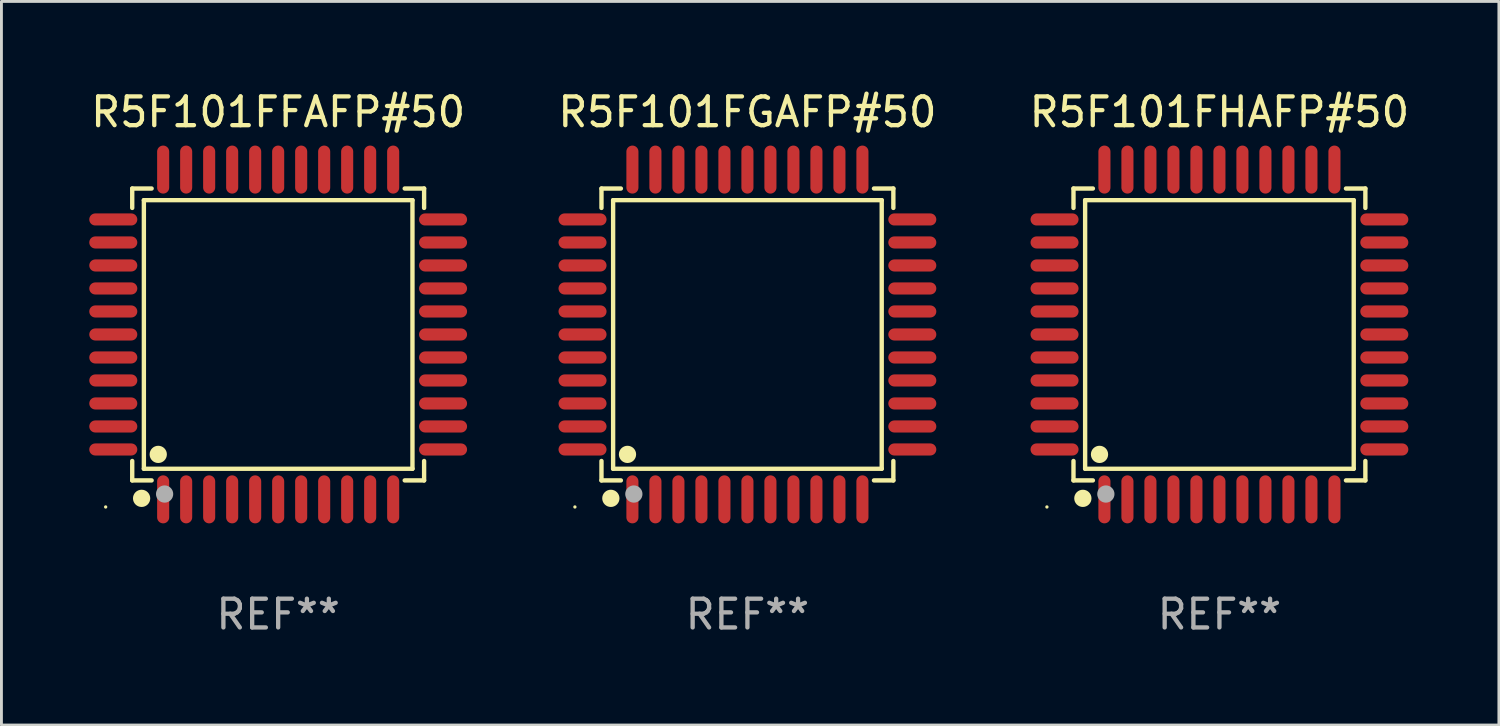
<source format=kicad_pcb>
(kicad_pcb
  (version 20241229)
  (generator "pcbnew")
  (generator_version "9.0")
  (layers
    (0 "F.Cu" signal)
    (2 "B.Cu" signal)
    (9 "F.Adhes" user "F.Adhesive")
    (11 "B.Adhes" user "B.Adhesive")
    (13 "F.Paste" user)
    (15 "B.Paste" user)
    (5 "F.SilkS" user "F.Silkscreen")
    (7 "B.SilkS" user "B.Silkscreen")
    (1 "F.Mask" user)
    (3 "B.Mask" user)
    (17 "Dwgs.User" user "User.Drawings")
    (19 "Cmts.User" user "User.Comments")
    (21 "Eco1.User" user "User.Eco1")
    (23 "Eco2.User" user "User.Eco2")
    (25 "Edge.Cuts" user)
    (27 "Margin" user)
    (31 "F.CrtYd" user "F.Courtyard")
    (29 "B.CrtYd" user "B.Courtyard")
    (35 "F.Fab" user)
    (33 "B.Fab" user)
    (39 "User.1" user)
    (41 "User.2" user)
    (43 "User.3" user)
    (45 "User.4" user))
  (footprint "R5F101FGAFP#50"
    (layer "F.Cu")
    (at 22.946 8.583)
    (property "Reference" "R5F101FGAFP#50" (at 0 -7.735 0) (layer "F.SilkS") (effects (font (size 1 1) (thickness 0.15))))
    (attr through_hole)
    (fp_line (start -5.076 -5.076) (end -4.401 -5.076) (stroke (width 0.152) (type solid)) (layer "F.SilkS"))
    (fp_line (start -5.076 -4.401) (end -5.076 -5.076) (stroke (width 0.152) (type solid)) (layer "F.SilkS"))
    (fp_line (start -5.076 4.401) (end -5.076 5.076) (stroke (width 0.152) (type solid)) (layer "F.SilkS"))
    (fp_line (start -5.076 5.076) (end -4.401 5.076) (stroke (width 0.152) (type solid)) (layer "F.SilkS"))
    (fp_line (start -4.671 -4.671) (end 4.671 -4.671) (stroke (width 0.152) (type solid)) (layer "F.SilkS"))
    (fp_line (start -4.671 4.671) (end -4.671 -4.671) (stroke (width 0.152) (type solid)) (layer "F.SilkS"))
    (fp_line (start 4.671 -4.671) (end 4.671 4.671) (stroke (width 0.152) (type solid)) (layer "F.SilkS"))
    (fp_line (start 4.671 4.671) (end -4.671 4.671) (stroke (width 0.152) (type solid)) (layer "F.SilkS"))
    (fp_line (start 5.076 -5.076) (end 4.401 -5.076) (stroke (width 0.152) (type solid)) (layer "F.SilkS"))
    (fp_line (start 5.076 -4.401) (end 5.076 -5.076) (stroke (width 0.152) (type solid)) (layer "F.SilkS"))
    (fp_line (start 5.076 4.401) (end 5.076 5.076) (stroke (width 0.152) (type solid)) (layer "F.SilkS"))
    (fp_line (start 5.076 5.076) (end 4.401 5.076) (stroke (width 0.152) (type solid)) (layer "F.SilkS"))
    (fp_circle (center -6 6) (end -5.97 6) (stroke (width 0.06) (type solid)) (fill no) (layer "F.SilkS"))
    (fp_circle (center -4.75 5.7) (end -4.6 5.7) (stroke (width 0.3) (type solid)) (fill no) (layer "F.SilkS"))
    (fp_circle (center -4.171 4.171) (end -4.021 4.171) (stroke (width 0.3) (type solid)) (fill no) (layer "F.SilkS"))
    (fp_circle (center -3.95 5.55) (end -3.8 5.55) (stroke (width 0.3) (type solid)) (fill no) (layer "F.Fab"))
    (fp_text user "REF**" (at 0 9.735 0) (layer "F.Fab") (effects (font (size 1 1) (thickness 0.15))))
    (pad "1" smd oval (at -4 5.735) (size 0.42 1.67) (layers "F.Cu" "F.Mask" "F.Paste"))
    (pad "2" smd oval (at -3.2 5.735) (size 0.42 1.67) (layers "F.Cu" "F.Mask" "F.Paste"))
    (pad "3" smd oval (at -2.4 5.735) (size 0.42 1.67) (layers "F.Cu" "F.Mask" "F.Paste"))
    (pad "4" smd oval (at -1.6 5.735) (size 0.42 1.67) (layers "F.Cu" "F.Mask" "F.Paste"))
    (pad "5" smd oval (at -0.8 5.735) (size 0.42 1.67) (layers "F.Cu" "F.Mask" "F.Paste"))
    (pad "6" smd oval (at 0 5.735) (size 0.42 1.67) (layers "F.Cu" "F.Mask" "F.Paste"))
    (pad "7" smd oval (at 0.8 5.735) (size 0.42 1.67) (layers "F.Cu" "F.Mask" "F.Paste"))
    (pad "8" smd oval (at 1.6 5.735) (size 0.42 1.67) (layers "F.Cu" "F.Mask" "F.Paste"))
    (pad "9" smd oval (at 2.4 5.735) (size 0.42 1.67) (layers "F.Cu" "F.Mask" "F.Paste"))
    (pad "10" smd oval (at 3.2 5.735) (size 0.42 1.67) (layers "F.Cu" "F.Mask" "F.Paste"))
    (pad "11" smd oval (at 4 5.735) (size 0.42 1.67) (layers "F.Cu" "F.Mask" "F.Paste"))
    (pad "12" smd oval (at 5.735 4) (size 1.67 0.42) (layers "F.Cu" "F.Mask" "F.Paste"))
    (pad "13" smd oval (at 5.735 3.2) (size 1.67 0.42) (layers "F.Cu" "F.Mask" "F.Paste"))
    (pad "14" smd oval (at 5.735 2.4) (size 1.67 0.42) (layers "F.Cu" "F.Mask" "F.Paste"))
    (pad "15" smd oval (at 5.735 1.6) (size 1.67 0.42) (layers "F.Cu" "F.Mask" "F.Paste"))
    (pad "16" smd oval (at 5.735 0.8) (size 1.67 0.42) (layers "F.Cu" "F.Mask" "F.Paste"))
    (pad "17" smd oval (at 5.735 0) (size 1.67 0.42) (layers "F.Cu" "F.Mask" "F.Paste"))
    (pad "18" smd oval (at 5.735 -0.8) (size 1.67 0.42) (layers "F.Cu" "F.Mask" "F.Paste"))
    (pad "19" smd oval (at 5.735 -1.6) (size 1.67 0.42) (layers "F.Cu" "F.Mask" "F.Paste"))
    (pad "20" smd oval (at 5.735 -2.4) (size 1.67 0.42) (layers "F.Cu" "F.Mask" "F.Paste"))
    (pad "21" smd oval (at 5.735 -3.2) (size 1.67 0.42) (layers "F.Cu" "F.Mask" "F.Paste"))
    (pad "22" smd oval (at 5.735 -4) (size 1.67 0.42) (layers "F.Cu" "F.Mask" "F.Paste"))
    (pad "23" smd oval (at 4 -5.735) (size 0.42 1.67) (layers "F.Cu" "F.Mask" "F.Paste"))
    (pad "24" smd oval (at 3.2 -5.735) (size 0.42 1.67) (layers "F.Cu" "F.Mask" "F.Paste"))
    (pad "25" smd oval (at 2.4 -5.735) (size 0.42 1.67) (layers "F.Cu" "F.Mask" "F.Paste"))
    (pad "26" smd oval (at 1.6 -5.735) (size 0.42 1.67) (layers "F.Cu" "F.Mask" "F.Paste"))
    (pad "27" smd oval (at 0.8 -5.735) (size 0.42 1.67) (layers "F.Cu" "F.Mask" "F.Paste"))
    (pad "28" smd oval (at 0 -5.735) (size 0.42 1.67) (layers "F.Cu" "F.Mask" "F.Paste"))
    (pad "29" smd oval (at -0.8 -5.735) (size 0.42 1.67) (layers "F.Cu" "F.Mask" "F.Paste"))
    (pad "30" smd oval (at -1.6 -5.735) (size 0.42 1.67) (layers "F.Cu" "F.Mask" "F.Paste"))
    (pad "31" smd oval (at -2.4 -5.735) (size 0.42 1.67) (layers "F.Cu" "F.Mask" "F.Paste"))
    (pad "32" smd oval (at -3.2 -5.735) (size 0.42 1.67) (layers "F.Cu" "F.Mask" "F.Paste"))
    (pad "33" smd oval (at -4 -5.735) (size 0.42 1.67) (layers "F.Cu" "F.Mask" "F.Paste"))
    (pad "34" smd oval (at -5.735 -4) (size 1.67 0.42) (layers "F.Cu" "F.Mask" "F.Paste"))
    (pad "35" smd oval (at -5.735 -3.2) (size 1.67 0.42) (layers "F.Cu" "F.Mask" "F.Paste"))
    (pad "36" smd oval (at -5.735 -2.4) (size 1.67 0.42) (layers "F.Cu" "F.Mask" "F.Paste"))
    (pad "37" smd oval (at -5.735 -1.6) (size 1.67 0.42) (layers "F.Cu" "F.Mask" "F.Paste"))
    (pad "38" smd oval (at -5.735 -0.8) (size 1.67 0.42) (layers "F.Cu" "F.Mask" "F.Paste"))
    (pad "39" smd oval (at -5.735 0) (size 1.67 0.42) (layers "F.Cu" "F.Mask" "F.Paste"))
    (pad "40" smd oval (at -5.735 0.8) (size 1.67 0.42) (layers "F.Cu" "F.Mask" "F.Paste"))
    (pad "41" smd oval (at -5.735 1.6) (size 1.67 0.42) (layers "F.Cu" "F.Mask" "F.Paste"))
    (pad "42" smd oval (at -5.735 2.4) (size 1.67 0.42) (layers "F.Cu" "F.Mask" "F.Paste"))
    (pad "43" smd oval (at -5.735 3.2) (size 1.67 0.42) (layers "F.Cu" "F.Mask" "F.Paste"))
    (pad "44" smd oval (at -5.735 4) (size 1.67 0.42) (layers "F.Cu" "F.Mask" "F.Paste")))
  (footprint "R5F101FFAFP#50"
    (layer "F.Cu")
    (at 6.625 8.583)
    (property "Reference" "R5F101FFAFP#50" (at 0 -7.735 0) (layer "F.SilkS") (effects (font (size 1 1) (thickness 0.15))))
    (attr through_hole)
    (fp_line (start -5.076 -5.076) (end -4.401 -5.076) (stroke (width 0.152) (type solid)) (layer "F.SilkS"))
    (fp_line (start -5.076 -4.401) (end -5.076 -5.076) (stroke (width 0.152) (type solid)) (layer "F.SilkS"))
    (fp_line (start -5.076 4.401) (end -5.076 5.076) (stroke (width 0.152) (type solid)) (layer "F.SilkS"))
    (fp_line (start -5.076 5.076) (end -4.401 5.076) (stroke (width 0.152) (type solid)) (layer "F.SilkS"))
    (fp_line (start -4.671 -4.671) (end 4.671 -4.671) (stroke (width 0.152) (type solid)) (layer "F.SilkS"))
    (fp_line (start -4.671 4.671) (end -4.671 -4.671) (stroke (width 0.152) (type solid)) (layer "F.SilkS"))
    (fp_line (start 4.671 -4.671) (end 4.671 4.671) (stroke (width 0.152) (type solid)) (layer "F.SilkS"))
    (fp_line (start 4.671 4.671) (end -4.671 4.671) (stroke (width 0.152) (type solid)) (layer "F.SilkS"))
    (fp_line (start 5.076 -5.076) (end 4.401 -5.076) (stroke (width 0.152) (type solid)) (layer "F.SilkS"))
    (fp_line (start 5.076 -4.401) (end 5.076 -5.076) (stroke (width 0.152) (type solid)) (layer "F.SilkS"))
    (fp_line (start 5.076 4.401) (end 5.076 5.076) (stroke (width 0.152) (type solid)) (layer "F.SilkS"))
    (fp_line (start 5.076 5.076) (end 4.401 5.076) (stroke (width 0.152) (type solid)) (layer "F.SilkS"))
    (fp_circle (center -6 6) (end -5.97 6) (stroke (width 0.06) (type solid)) (fill no) (layer "F.SilkS"))
    (fp_circle (center -4.75 5.7) (end -4.6 5.7) (stroke (width 0.3) (type solid)) (fill no) (layer "F.SilkS"))
    (fp_circle (center -4.171 4.171) (end -4.021 4.171) (stroke (width 0.3) (type solid)) (fill no) (layer "F.SilkS"))
    (fp_circle (center -3.95 5.55) (end -3.8 5.55) (stroke (width 0.3) (type solid)) (fill no) (layer "F.Fab"))
    (fp_text user "REF**" (at 0 9.735 0) (layer "F.Fab") (effects (font (size 1 1) (thickness 0.15))))
    (pad "1" smd oval (at -4 5.735) (size 0.42 1.67) (layers "F.Cu" "F.Mask" "F.Paste"))
    (pad "2" smd oval (at -3.2 5.735) (size 0.42 1.67) (layers "F.Cu" "F.Mask" "F.Paste"))
    (pad "3" smd oval (at -2.4 5.735) (size 0.42 1.67) (layers "F.Cu" "F.Mask" "F.Paste"))
    (pad "4" smd oval (at -1.6 5.735) (size 0.42 1.67) (layers "F.Cu" "F.Mask" "F.Paste"))
    (pad "5" smd oval (at -0.8 5.735) (size 0.42 1.67) (layers "F.Cu" "F.Mask" "F.Paste"))
    (pad "6" smd oval (at 0 5.735) (size 0.42 1.67) (layers "F.Cu" "F.Mask" "F.Paste"))
    (pad "7" smd oval (at 0.8 5.735) (size 0.42 1.67) (layers "F.Cu" "F.Mask" "F.Paste"))
    (pad "8" smd oval (at 1.6 5.735) (size 0.42 1.67) (layers "F.Cu" "F.Mask" "F.Paste"))
    (pad "9" smd oval (at 2.4 5.735) (size 0.42 1.67) (layers "F.Cu" "F.Mask" "F.Paste"))
    (pad "10" smd oval (at 3.2 5.735) (size 0.42 1.67) (layers "F.Cu" "F.Mask" "F.Paste"))
    (pad "11" smd oval (at 4 5.735) (size 0.42 1.67) (layers "F.Cu" "F.Mask" "F.Paste"))
    (pad "12" smd oval (at 5.735 4) (size 1.67 0.42) (layers "F.Cu" "F.Mask" "F.Paste"))
    (pad "13" smd oval (at 5.735 3.2) (size 1.67 0.42) (layers "F.Cu" "F.Mask" "F.Paste"))
    (pad "14" smd oval (at 5.735 2.4) (size 1.67 0.42) (layers "F.Cu" "F.Mask" "F.Paste"))
    (pad "15" smd oval (at 5.735 1.6) (size 1.67 0.42) (layers "F.Cu" "F.Mask" "F.Paste"))
    (pad "16" smd oval (at 5.735 0.8) (size 1.67 0.42) (layers "F.Cu" "F.Mask" "F.Paste"))
    (pad "17" smd oval (at 5.735 0) (size 1.67 0.42) (layers "F.Cu" "F.Mask" "F.Paste"))
    (pad "18" smd oval (at 5.735 -0.8) (size 1.67 0.42) (layers "F.Cu" "F.Mask" "F.Paste"))
    (pad "19" smd oval (at 5.735 -1.6) (size 1.67 0.42) (layers "F.Cu" "F.Mask" "F.Paste"))
    (pad "20" smd oval (at 5.735 -2.4) (size 1.67 0.42) (layers "F.Cu" "F.Mask" "F.Paste"))
    (pad "21" smd oval (at 5.735 -3.2) (size 1.67 0.42) (layers "F.Cu" "F.Mask" "F.Paste"))
    (pad "22" smd oval (at 5.735 -4) (size 1.67 0.42) (layers "F.Cu" "F.Mask" "F.Paste"))
    (pad "23" smd oval (at 4 -5.735) (size 0.42 1.67) (layers "F.Cu" "F.Mask" "F.Paste"))
    (pad "24" smd oval (at 3.2 -5.735) (size 0.42 1.67) (layers "F.Cu" "F.Mask" "F.Paste"))
    (pad "25" smd oval (at 2.4 -5.735) (size 0.42 1.67) (layers "F.Cu" "F.Mask" "F.Paste"))
    (pad "26" smd oval (at 1.6 -5.735) (size 0.42 1.67) (layers "F.Cu" "F.Mask" "F.Paste"))
    (pad "27" smd oval (at 0.8 -5.735) (size 0.42 1.67) (layers "F.Cu" "F.Mask" "F.Paste"))
    (pad "28" smd oval (at 0 -5.735) (size 0.42 1.67) (layers "F.Cu" "F.Mask" "F.Paste"))
    (pad "29" smd oval (at -0.8 -5.735) (size 0.42 1.67) (layers "F.Cu" "F.Mask" "F.Paste"))
    (pad "30" smd oval (at -1.6 -5.735) (size 0.42 1.67) (layers "F.Cu" "F.Mask" "F.Paste"))
    (pad "31" smd oval (at -2.4 -5.735) (size 0.42 1.67) (layers "F.Cu" "F.Mask" "F.Paste"))
    (pad "32" smd oval (at -3.2 -5.735) (size 0.42 1.67) (layers "F.Cu" "F.Mask" "F.Paste"))
    (pad "33" smd oval (at -4 -5.735) (size 0.42 1.67) (layers "F.Cu" "F.Mask" "F.Paste"))
    (pad "34" smd oval (at -5.735 -4) (size 1.67 0.42) (layers "F.Cu" "F.Mask" "F.Paste"))
    (pad "35" smd oval (at -5.735 -3.2) (size 1.67 0.42) (layers "F.Cu" "F.Mask" "F.Paste"))
    (pad "36" smd oval (at -5.735 -2.4) (size 1.67 0.42) (layers "F.Cu" "F.Mask" "F.Paste"))
    (pad "37" smd oval (at -5.735 -1.6) (size 1.67 0.42) (layers "F.Cu" "F.Mask" "F.Paste"))
    (pad "38" smd oval (at -5.735 -0.8) (size 1.67 0.42) (layers "F.Cu" "F.Mask" "F.Paste"))
    (pad "39" smd oval (at -5.735 0) (size 1.67 0.42) (layers "F.Cu" "F.Mask" "F.Paste"))
    (pad "40" smd oval (at -5.735 0.8) (size 1.67 0.42) (layers "F.Cu" "F.Mask" "F.Paste"))
    (pad "41" smd oval (at -5.735 1.6) (size 1.67 0.42) (layers "F.Cu" "F.Mask" "F.Paste"))
    (pad "42" smd oval (at -5.735 2.4) (size 1.67 0.42) (layers "F.Cu" "F.Mask" "F.Paste"))
    (pad "43" smd oval (at -5.735 3.2) (size 1.67 0.42) (layers "F.Cu" "F.Mask" "F.Paste"))
    (pad "44" smd oval (at -5.735 4) (size 1.67 0.42) (layers "F.Cu" "F.Mask" "F.Paste")))
  (footprint "R5F101FHAFP#50"
    (layer "F.Cu")
    (at 39.363 8.583)
    (property "Reference" "R5F101FHAFP#50" (at 0 -7.735 0) (layer "F.SilkS") (effects (font (size 1 1) (thickness 0.15))))
    (attr through_hole)
    (fp_line (start -5.076 -5.076) (end -4.401 -5.076) (stroke (width 0.152) (type solid)) (layer "F.SilkS"))
    (fp_line (start -5.076 -4.401) (end -5.076 -5.076) (stroke (width 0.152) (type solid)) (layer "F.SilkS"))
    (fp_line (start -5.076 4.401) (end -5.076 5.076) (stroke (width 0.152) (type solid)) (layer "F.SilkS"))
    (fp_line (start -5.076 5.076) (end -4.401 5.076) (stroke (width 0.152) (type solid)) (layer "F.SilkS"))
    (fp_line (start -4.671 -4.671) (end 4.671 -4.671) (stroke (width 0.152) (type solid)) (layer "F.SilkS"))
    (fp_line (start -4.671 4.671) (end -4.671 -4.671) (stroke (width 0.152) (type solid)) (layer "F.SilkS"))
    (fp_line (start 4.671 -4.671) (end 4.671 4.671) (stroke (width 0.152) (type solid)) (layer "F.SilkS"))
    (fp_line (start 4.671 4.671) (end -4.671 4.671) (stroke (width 0.152) (type solid)) (layer "F.SilkS"))
    (fp_line (start 5.076 -5.076) (end 4.401 -5.076) (stroke (width 0.152) (type solid)) (layer "F.SilkS"))
    (fp_line (start 5.076 -4.401) (end 5.076 -5.076) (stroke (width 0.152) (type solid)) (layer "F.SilkS"))
    (fp_line (start 5.076 4.401) (end 5.076 5.076) (stroke (width 0.152) (type solid)) (layer "F.SilkS"))
    (fp_line (start 5.076 5.076) (end 4.401 5.076) (stroke (width 0.152) (type solid)) (layer "F.SilkS"))
    (fp_circle (center -6 6) (end -5.97 6) (stroke (width 0.06) (type solid)) (fill no) (layer "F.SilkS"))
    (fp_circle (center -4.75 5.7) (end -4.6 5.7) (stroke (width 0.3) (type solid)) (fill no) (layer "F.SilkS"))
    (fp_circle (center -4.171 4.171) (end -4.021 4.171) (stroke (width 0.3) (type solid)) (fill no) (layer "F.SilkS"))
    (fp_circle (center -3.95 5.55) (end -3.8 5.55) (stroke (width 0.3) (type solid)) (fill no) (layer "F.Fab"))
    (fp_text user "REF**" (at 0 9.735 0) (layer "F.Fab") (effects (font (size 1 1) (thickness 0.15))))
    (pad "1" smd oval (at -4 5.735) (size 0.42 1.67) (layers "F.Cu" "F.Mask" "F.Paste"))
    (pad "2" smd oval (at -3.2 5.735) (size 0.42 1.67) (layers "F.Cu" "F.Mask" "F.Paste"))
    (pad "3" smd oval (at -2.4 5.735) (size 0.42 1.67) (layers "F.Cu" "F.Mask" "F.Paste"))
    (pad "4" smd oval (at -1.6 5.735) (size 0.42 1.67) (layers "F.Cu" "F.Mask" "F.Paste"))
    (pad "5" smd oval (at -0.8 5.735) (size 0.42 1.67) (layers "F.Cu" "F.Mask" "F.Paste"))
    (pad "6" smd oval (at 0 5.735) (size 0.42 1.67) (layers "F.Cu" "F.Mask" "F.Paste"))
    (pad "7" smd oval (at 0.8 5.735) (size 0.42 1.67) (layers "F.Cu" "F.Mask" "F.Paste"))
    (pad "8" smd oval (at 1.6 5.735) (size 0.42 1.67) (layers "F.Cu" "F.Mask" "F.Paste"))
    (pad "9" smd oval (at 2.4 5.735) (size 0.42 1.67) (layers "F.Cu" "F.Mask" "F.Paste"))
    (pad "10" smd oval (at 3.2 5.735) (size 0.42 1.67) (layers "F.Cu" "F.Mask" "F.Paste"))
    (pad "11" smd oval (at 4 5.735) (size 0.42 1.67) (layers "F.Cu" "F.Mask" "F.Paste"))
    (pad "12" smd oval (at 5.735 4) (size 1.67 0.42) (layers "F.Cu" "F.Mask" "F.Paste"))
    (pad "13" smd oval (at 5.735 3.2) (size 1.67 0.42) (layers "F.Cu" "F.Mask" "F.Paste"))
    (pad "14" smd oval (at 5.735 2.4) (size 1.67 0.42) (layers "F.Cu" "F.Mask" "F.Paste"))
    (pad "15" smd oval (at 5.735 1.6) (size 1.67 0.42) (layers "F.Cu" "F.Mask" "F.Paste"))
    (pad "16" smd oval (at 5.735 0.8) (size 1.67 0.42) (layers "F.Cu" "F.Mask" "F.Paste"))
    (pad "17" smd oval (at 5.735 0) (size 1.67 0.42) (layers "F.Cu" "F.Mask" "F.Paste"))
    (pad "18" smd oval (at 5.735 -0.8) (size 1.67 0.42) (layers "F.Cu" "F.Mask" "F.Paste"))
    (pad "19" smd oval (at 5.735 -1.6) (size 1.67 0.42) (layers "F.Cu" "F.Mask" "F.Paste"))
    (pad "20" smd oval (at 5.735 -2.4) (size 1.67 0.42) (layers "F.Cu" "F.Mask" "F.Paste"))
    (pad "21" smd oval (at 5.735 -3.2) (size 1.67 0.42) (layers "F.Cu" "F.Mask" "F.Paste"))
    (pad "22" smd oval (at 5.735 -4) (size 1.67 0.42) (layers "F.Cu" "F.Mask" "F.Paste"))
    (pad "23" smd oval (at 4 -5.735) (size 0.42 1.67) (layers "F.Cu" "F.Mask" "F.Paste"))
    (pad "24" smd oval (at 3.2 -5.735) (size 0.42 1.67) (layers "F.Cu" "F.Mask" "F.Paste"))
    (pad "25" smd oval (at 2.4 -5.735) (size 0.42 1.67) (layers "F.Cu" "F.Mask" "F.Paste"))
    (pad "26" smd oval (at 1.6 -5.735) (size 0.42 1.67) (layers "F.Cu" "F.Mask" "F.Paste"))
    (pad "27" smd oval (at 0.8 -5.735) (size 0.42 1.67) (layers "F.Cu" "F.Mask" "F.Paste"))
    (pad "28" smd oval (at 0 -5.735) (size 0.42 1.67) (layers "F.Cu" "F.Mask" "F.Paste"))
    (pad "29" smd oval (at -0.8 -5.735) (size 0.42 1.67) (layers "F.Cu" "F.Mask" "F.Paste"))
    (pad "30" smd oval (at -1.6 -5.735) (size 0.42 1.67) (layers "F.Cu" "F.Mask" "F.Paste"))
    (pad "31" smd oval (at -2.4 -5.735) (size 0.42 1.67) (layers "F.Cu" "F.Mask" "F.Paste"))
    (pad "32" smd oval (at -3.2 -5.735) (size 0.42 1.67) (layers "F.Cu" "F.Mask" "F.Paste"))
    (pad "33" smd oval (at -4 -5.735) (size 0.42 1.67) (layers "F.Cu" "F.Mask" "F.Paste"))
    (pad "34" smd oval (at -5.735 -4) (size 1.67 0.42) (layers "F.Cu" "F.Mask" "F.Paste"))
    (pad "35" smd oval (at -5.735 -3.2) (size 1.67 0.42) (layers "F.Cu" "F.Mask" "F.Paste"))
    (pad "36" smd oval (at -5.735 -2.4) (size 1.67 0.42) (layers "F.Cu" "F.Mask" "F.Paste"))
    (pad "37" smd oval (at -5.735 -1.6) (size 1.67 0.42) (layers "F.Cu" "F.Mask" "F.Paste"))
    (pad "38" smd oval (at -5.735 -0.8) (size 1.67 0.42) (layers "F.Cu" "F.Mask" "F.Paste"))
    (pad "39" smd oval (at -5.735 0) (size 1.67 0.42) (layers "F.Cu" "F.Mask" "F.Paste"))
    (pad "40" smd oval (at -5.735 0.8) (size 1.67 0.42) (layers "F.Cu" "F.Mask" "F.Paste"))
    (pad "41" smd oval (at -5.735 1.6) (size 1.67 0.42) (layers "F.Cu" "F.Mask" "F.Paste"))
    (pad "42" smd oval (at -5.735 2.4) (size 1.67 0.42) (layers "F.Cu" "F.Mask" "F.Paste"))
    (pad "43" smd oval (at -5.735 3.2) (size 1.67 0.42) (layers "F.Cu" "F.Mask" "F.Paste"))
    (pad "44" smd oval (at -5.735 4) (size 1.67 0.42) (layers "F.Cu" "F.Mask" "F.Paste")))
  (gr_rect
    (start -3 -3)
    (end 49.083 22.167)
    (stroke (width 0.1) (type default))
    (fill no)
    (layer "Edge.Cuts")))
</source>
